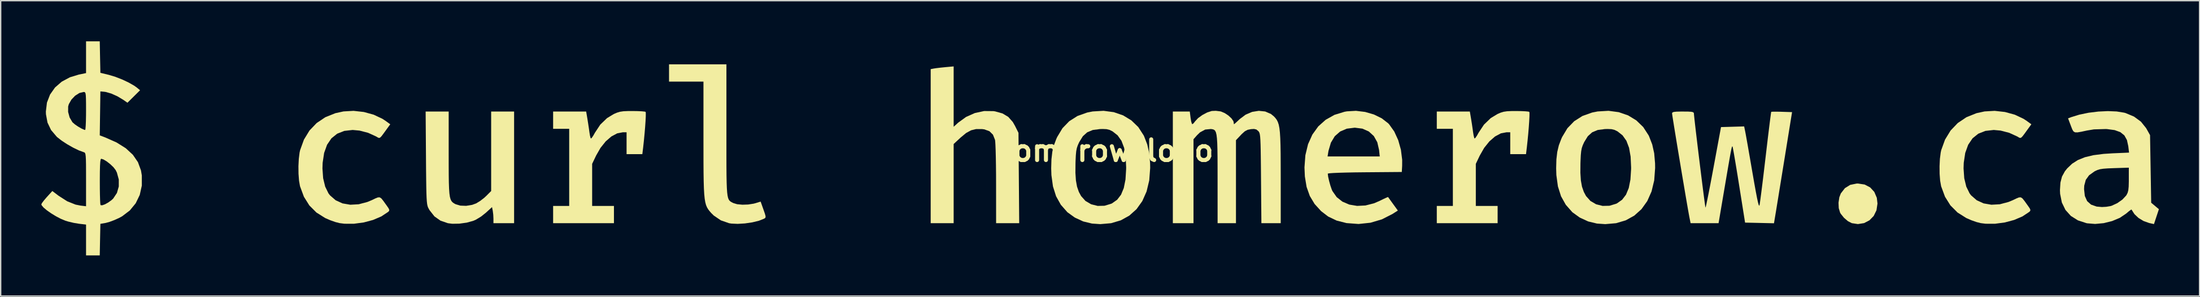
<source format=kicad_pcb>
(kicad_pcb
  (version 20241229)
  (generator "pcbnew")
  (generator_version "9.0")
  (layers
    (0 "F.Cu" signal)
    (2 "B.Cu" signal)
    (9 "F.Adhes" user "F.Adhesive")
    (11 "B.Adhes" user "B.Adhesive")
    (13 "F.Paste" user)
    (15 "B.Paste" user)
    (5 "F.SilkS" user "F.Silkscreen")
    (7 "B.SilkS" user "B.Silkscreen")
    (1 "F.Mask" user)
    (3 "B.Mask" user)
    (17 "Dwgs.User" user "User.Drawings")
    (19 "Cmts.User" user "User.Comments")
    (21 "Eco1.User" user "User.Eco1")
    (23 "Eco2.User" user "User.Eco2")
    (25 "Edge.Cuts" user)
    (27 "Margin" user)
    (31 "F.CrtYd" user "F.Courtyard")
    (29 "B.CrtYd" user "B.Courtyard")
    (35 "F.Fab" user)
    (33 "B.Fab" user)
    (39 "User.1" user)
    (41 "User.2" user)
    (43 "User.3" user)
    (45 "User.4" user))
  (footprint "homerow logo"
    (layer "F.Cu")
    (at 78.397 8.07)
    (property "Reference" "homerow logo" (at 0 0 0) (layer "F.SilkS") (effects (font (size 1.524 1.524) (thickness 0.3))))
    (attr board_only exclude_from_pos_files exclude_from_bom)
    (fp_poly (pts (xy 56.119 2.499) (xy 56.526 2.711) (xy 56.831 3.044) (xy 57.016 3.479) (xy 57.065 3.902) (xy 56.991 4.399) (xy 56.786 4.818) (xy 56.473 5.139) (xy 56.077 5.345) (xy 55.621 5.417) (xy 55.169 5.349) (xy 54.883 5.201) (xy 54.592 4.951) (xy 54.354 4.654) (xy 54.306 4.57) (xy 54.208 4.241) (xy 54.191 3.838) (xy 54.251 3.436) (xy 54.361 3.153) (xy 54.662 2.766) (xy 55.051 2.524) (xy 55.529 2.426) (xy 55.626 2.424)) (stroke (width 0) (type solid)) (fill yes) (layer "F.SilkS"))
    (fp_poly (pts (xy -11.091 -1.764) (xy -10.756 -2.068) (xy -10.176 -2.489) (xy -9.527 -2.778) (xy -8.843 -2.925) (xy -8.157 -2.919) (xy -8.027 -2.899) (xy -7.484 -2.747) (xy -7.061 -2.493) (xy -6.727 -2.115) (xy -6.562 -1.826) (xy -6.308 -1.317) (xy -6.255 5.352) (xy -7.959 5.352) (xy -7.961 2.442) (xy -7.963 1.74) (xy -7.97 1.08) (xy -7.98 0.483) (xy -7.993 -0.027) (xy -8.009 -0.429) (xy -8.026 -0.699) (xy -8.039 -0.799) (xy -8.192 -1.181) (xy -8.449 -1.435) (xy -8.823 -1.572) (xy -9.002 -1.595) (xy -9.434 -1.595) (xy -9.808 -1.504) (xy -10.172 -1.304) (xy -10.571 -0.974) (xy -10.587 -0.96) (xy -11.091 -0.491) (xy -11.091 5.352) (xy -12.785 5.352) (xy -12.785 -6.018) (xy -12.552 -6.063) (xy -12.35 -6.093) (xy -12.046 -6.129) (xy -11.705 -6.163) (xy -11.091 -6.219)) (stroke (width 0) (type solid)) (fill yes) (layer "F.SilkS"))
    (fp_poly (pts (xy -34.404 -2.92) (xy -34.092 -2.905) (xy -33.883 -2.884) (xy -33.815 -2.864) (xy -33.802 -2.763) (xy -33.805 -2.522) (xy -33.823 -2.171) (xy -33.853 -1.74) (xy -33.894 -1.257) (xy -33.942 -0.752) (xy -33.996 -0.255) (xy -34.009 -0.149) (xy -34.058 0.255) (xy -35.221 0.255) (xy -35.221 -1.359) (xy -35.491 -1.359) (xy -35.915 -1.278) (xy -36.346 -1.047) (xy -36.763 -0.684) (xy -37.145 -0.206) (xy -37.47 0.362) (xy -37.761 0.972) (xy -37.761 4.078) (xy -36.153 4.078) (xy -36.153 5.352) (xy -40.64 5.352) (xy -40.64 4.078) (xy -39.455 4.078) (xy -39.455 -1.614) (xy -40.64 -1.614) (xy -40.64 -2.888) (xy -38.202 -2.888) (xy -38.112 -2.357) (xy -38.052 -1.98) (xy -37.993 -1.587) (xy -37.965 -1.379) (xy -37.924 -1.121) (xy -37.879 -0.944) (xy -37.853 -0.896) (xy -37.789 -0.947) (xy -37.676 -1.113) (xy -37.557 -1.324) (xy -37.16 -1.924) (xy -36.663 -2.402) (xy -36.166 -2.704) (xy -35.926 -2.807) (xy -35.707 -2.872) (xy -35.457 -2.909) (xy -35.128 -2.924) (xy -34.781 -2.926)) (stroke (width 0) (type solid)) (fill yes) (layer "F.SilkS"))
    (fp_poly (pts (xy 30.789 -2.92) (xy 31.101 -2.905) (xy 31.311 -2.884) (xy 31.379 -2.864) (xy 31.392 -2.763) (xy 31.388 -2.522) (xy 31.37 -2.171) (xy 31.34 -1.74) (xy 31.3 -1.257) (xy 31.251 -0.752) (xy 31.197 -0.255) (xy 31.184 -0.149) (xy 31.136 0.255) (xy 29.972 0.255) (xy 29.972 -1.359) (xy 29.702 -1.359) (xy 29.278 -1.278) (xy 28.848 -1.047) (xy 28.431 -0.684) (xy 28.048 -0.206) (xy 27.723 0.362) (xy 27.432 0.972) (xy 27.432 4.078) (xy 29.041 4.078) (xy 29.041 5.352) (xy 24.553 5.352) (xy 24.553 4.078) (xy 25.739 4.078) (xy 25.739 -1.614) (xy 24.553 -1.614) (xy 24.553 -2.888) (xy 26.991 -2.888) (xy 27.081 -2.357) (xy 27.142 -1.98) (xy 27.2 -1.587) (xy 27.228 -1.379) (xy 27.27 -1.121) (xy 27.315 -0.944) (xy 27.34 -0.896) (xy 27.404 -0.947) (xy 27.517 -1.113) (xy 27.636 -1.324) (xy 28.034 -1.924) (xy 28.53 -2.402) (xy 29.028 -2.704) (xy 29.267 -2.807) (xy 29.486 -2.872) (xy 29.736 -2.909) (xy 30.065 -2.924) (xy 30.413 -2.926)) (stroke (width 0) (type solid)) (fill yes) (layer "F.SilkS"))
    (fp_poly (pts (xy -48.345 0.217) (xy -48.344 1.076) (xy -48.341 1.781) (xy -48.333 2.35) (xy -48.317 2.799) (xy -48.292 3.143) (xy -48.256 3.401) (xy -48.205 3.588) (xy -48.139 3.72) (xy -48.054 3.815) (xy -47.948 3.889) (xy -47.839 3.949) (xy -47.486 4.055) (xy -47.056 4.071) (xy -46.615 3.999) (xy -46.32 3.891) (xy -46.036 3.719) (xy -45.73 3.484) (xy -45.574 3.341) (xy -45.212 2.978) (xy -45.212 -2.888) (xy -43.519 -2.888) (xy -43.519 5.352) (xy -45.043 5.352) (xy -45.043 5.023) (xy -45.057 4.724) (xy -45.092 4.445) (xy -45.095 4.429) (xy -45.148 4.165) (xy -45.604 4.582) (xy -45.957 4.862) (xy -46.334 5.09) (xy -46.52 5.173) (xy -47.01 5.31) (xy -47.553 5.385) (xy -48.076 5.394) (xy -48.402 5.353) (xy -48.95 5.165) (xy -49.396 4.85) (xy -49.755 4.394) (xy -49.838 4.247) (xy -49.878 4.162) (xy -49.91 4.059) (xy -49.937 3.92) (xy -49.958 3.729) (xy -49.975 3.47) (xy -49.988 3.125) (xy -49.998 2.679) (xy -50.006 2.113) (xy -50.014 1.411) (xy -50.02 0.556) (xy -50.02 0.531) (xy -50.045 -2.888) (xy -48.345 -2.888)) (stroke (width 0) (type solid)) (fill yes) (layer "F.SilkS"))
    (fp_poly (pts (xy -27.855 -1.506) (xy -27.855 -0.448) (xy -27.855 0.454) (xy -27.853 1.212) (xy -27.848 1.839) (xy -27.838 2.35) (xy -27.823 2.757) (xy -27.801 3.073) (xy -27.771 3.312) (xy -27.732 3.487) (xy -27.682 3.611) (xy -27.62 3.697) (xy -27.545 3.76) (xy -27.456 3.81) (xy -27.351 3.863) (xy -27.346 3.866) (xy -27.063 3.951) (xy -26.677 3.987) (xy -26.249 3.973) (xy -25.838 3.908) (xy -25.717 3.876) (xy -25.33 3.759) (xy -25.122 4.346) (xy -25.017 4.648) (xy -24.967 4.83) (xy -24.971 4.931) (xy -25.024 4.99) (xy -25.077 5.02) (xy -25.457 5.171) (xy -25.947 5.29) (xy -26.489 5.369) (xy -27.025 5.401) (xy -27.497 5.379) (xy -27.657 5.353) (xy -28.265 5.142) (xy -28.788 4.787) (xy -28.978 4.599) (xy -29.1 4.46) (xy -29.202 4.326) (xy -29.288 4.181) (xy -29.359 4.011) (xy -29.415 3.801) (xy -29.459 3.537) (xy -29.492 3.203) (xy -29.516 2.785) (xy -29.532 2.268) (xy -29.542 1.637) (xy -29.547 0.878) (xy -29.548 -0.024) (xy -29.549 -0.865) (xy -29.549 -5.097) (xy -32.089 -5.097) (xy -32.089 -6.371) (xy -27.855 -6.371)) (stroke (width 0) (type solid)) (fill yes) (layer "F.SilkS"))
    (fp_poly (pts (xy -54.603 -2.855) (xy -53.879 -2.656) (xy -53.234 -2.352) (xy -53.007 -2.203) (xy -52.656 -1.948) (xy -52.916 -1.59) (xy -53.146 -1.273) (xy -53.298 -1.071) (xy -53.401 -0.966) (xy -53.482 -0.938) (xy -53.568 -0.97) (xy -53.687 -1.042) (xy -53.703 -1.051) (xy -54.286 -1.317) (xy -54.923 -1.483) (xy -55.43 -1.529) (xy -56.05 -1.459) (xy -56.573 -1.252) (xy -56.997 -0.91) (xy -57.318 -0.436) (xy -57.534 0.166) (xy -57.644 0.894) (xy -57.658 1.308) (xy -57.607 2.033) (xy -57.457 2.652) (xy -57.214 3.149) (xy -57.101 3.298) (xy -56.686 3.658) (xy -56.18 3.89) (xy -55.605 3.989) (xy -54.983 3.955) (xy -54.335 3.783) (xy -54.037 3.659) (xy -53.755 3.524) (xy -53.566 3.448) (xy -53.431 3.445) (xy -53.309 3.528) (xy -53.161 3.712) (xy -52.948 4.01) (xy -52.922 4.045) (xy -52.777 4.256) (xy -52.725 4.38) (xy -52.755 4.464) (xy -52.813 4.519) (xy -53.311 4.85) (xy -53.924 5.112) (xy -54.611 5.296) (xy -55.329 5.392) (xy -56.034 5.391) (xy -56.388 5.347) (xy -56.702 5.267) (xy -57.083 5.133) (xy -57.451 4.973) (xy -57.461 4.968) (xy -58.104 4.563) (xy -58.625 4.041) (xy -59.027 3.399) (xy -59.309 2.636) (xy -59.316 2.612) (xy -59.386 2.211) (xy -59.424 1.703) (xy -59.43 1.149) (xy -59.403 0.607) (xy -59.345 0.138) (xy -59.306 -0.039) (xy -59.024 -0.817) (xy -58.615 -1.487) (xy -58.086 -2.04) (xy -57.446 -2.469) (xy -56.704 -2.767) (xy -56.106 -2.897) (xy -55.361 -2.939)) (stroke (width 0) (type solid)) (fill yes) (layer "F.SilkS"))
    (fp_poly (pts (xy 66.47 -2.855) (xy 67.195 -2.656) (xy 67.84 -2.352) (xy 68.066 -2.203) (xy 68.417 -1.948) (xy 68.157 -1.59) (xy 67.928 -1.273) (xy 67.775 -1.071) (xy 67.672 -0.966) (xy 67.591 -0.938) (xy 67.505 -0.97) (xy 67.386 -1.042) (xy 67.37 -1.051) (xy 66.787 -1.317) (xy 66.15 -1.483) (xy 65.643 -1.529) (xy 65.023 -1.459) (xy 64.5 -1.252) (xy 64.077 -0.91) (xy 63.756 -0.436) (xy 63.539 0.166) (xy 63.429 0.894) (xy 63.415 1.308) (xy 63.466 2.033) (xy 63.616 2.652) (xy 63.86 3.149) (xy 63.972 3.298) (xy 64.387 3.658) (xy 64.893 3.89) (xy 65.468 3.989) (xy 66.09 3.955) (xy 66.738 3.783) (xy 67.037 3.659) (xy 67.319 3.524) (xy 67.507 3.448) (xy 67.643 3.445) (xy 67.764 3.528) (xy 67.912 3.712) (xy 68.126 4.01) (xy 68.151 4.045) (xy 68.297 4.256) (xy 68.349 4.38) (xy 68.318 4.464) (xy 68.26 4.519) (xy 67.763 4.85) (xy 67.149 5.112) (xy 66.462 5.296) (xy 65.745 5.392) (xy 65.04 5.391) (xy 64.685 5.347) (xy 64.371 5.267) (xy 63.99 5.133) (xy 63.623 4.973) (xy 63.612 4.968) (xy 62.97 4.563) (xy 62.448 4.041) (xy 62.046 3.399) (xy 61.764 2.636) (xy 61.758 2.612) (xy 61.687 2.211) (xy 61.649 1.703) (xy 61.644 1.149) (xy 61.67 0.607) (xy 61.729 0.138) (xy 61.767 -0.039) (xy 62.049 -0.817) (xy 62.459 -1.487) (xy 62.987 -2.04) (xy 63.627 -2.469) (xy 64.369 -2.767) (xy 64.967 -2.897) (xy 65.712 -2.939)) (stroke (width 0) (type solid)) (fill yes) (layer "F.SilkS"))
    (fp_poly (pts (xy 0.725 -2.842) (xy 1.414 -2.604) (xy 2.02 -2.235) (xy 2.53 -1.742) (xy 2.925 -1.133) (xy 2.96 -1.062) (xy 3.193 -0.459) (xy 3.338 0.19) (xy 3.403 0.932) (xy 3.408 1.277) (xy 3.339 2.192) (xy 3.143 3.009) (xy 2.828 3.719) (xy 2.401 4.316) (xy 1.869 4.792) (xy 1.242 5.14) (xy 0.525 5.352) (xy -0.272 5.421) (xy -0.889 5.378) (xy -1.533 5.222) (xy -2.154 4.935) (xy -2.688 4.55) (xy -2.71 4.53) (xy -3.184 3.991) (xy -3.534 3.365) (xy -3.764 2.638) (xy -3.879 1.8) (xy -3.884 1.633) (xy -2.108 1.633) (xy -2.071 2.196) (xy -1.988 2.656) (xy -1.853 3.045) (xy -1.688 3.35) (xy -1.366 3.71) (xy -0.947 3.955) (xy -0.467 4.076) (xy 0.04 4.065) (xy 0.538 3.914) (xy 0.595 3.886) (xy 0.971 3.622) (xy 1.258 3.249) (xy 1.461 2.756) (xy 1.586 2.133) (xy 1.634 1.367) (xy 1.636 1.232) (xy 1.599 0.44) (xy 1.485 -0.211) (xy 1.288 -0.731) (xy 1.004 -1.133) (xy 0.632 -1.425) (xy 0.414 -1.533) (xy 0.191 -1.588) (xy -0.099 -1.601) (xy -0.304 -1.595) (xy -0.829 -1.526) (xy -1.236 -1.357) (xy -1.558 -1.067) (xy -1.825 -0.636) (xy -1.831 -0.624) (xy -1.933 -0.399) (xy -2.003 -0.192) (xy -2.049 0.042) (xy -2.077 0.344) (xy -2.097 0.759) (xy -2.102 0.935) (xy -2.108 1.633) (xy -3.884 1.633) (xy -3.895 1.303) (xy -3.876 0.64) (xy -3.813 0.091) (xy -3.695 -0.397) (xy -3.513 -0.878) (xy -3.45 -1.014) (xy -3.062 -1.659) (xy -2.564 -2.174) (xy -1.956 -2.56) (xy -1.24 -2.815) (xy -0.835 -2.895) (xy -0.03 -2.942)) (stroke (width 0) (type solid)) (fill yes) (layer "F.SilkS"))
    (fp_poly (pts (xy 37.978 -2.842) (xy 38.667 -2.604) (xy 39.274 -2.235) (xy 39.783 -1.742) (xy 40.179 -1.133) (xy 40.213 -1.062) (xy 40.447 -0.459) (xy 40.592 0.19) (xy 40.656 0.932) (xy 40.661 1.277) (xy 40.593 2.192) (xy 40.397 3.009) (xy 40.081 3.719) (xy 39.654 4.316) (xy 39.123 4.792) (xy 38.495 5.14) (xy 37.779 5.352) (xy 36.981 5.421) (xy 36.364 5.378) (xy 35.72 5.222) (xy 35.099 4.935) (xy 34.565 4.55) (xy 34.543 4.53) (xy 34.069 3.991) (xy 33.719 3.365) (xy 33.489 2.638) (xy 33.374 1.8) (xy 33.369 1.633) (xy 35.146 1.633) (xy 35.182 2.196) (xy 35.265 2.656) (xy 35.401 3.045) (xy 35.565 3.35) (xy 35.887 3.71) (xy 36.306 3.955) (xy 36.786 4.076) (xy 37.293 4.065) (xy 37.791 3.914) (xy 37.849 3.886) (xy 38.224 3.622) (xy 38.511 3.249) (xy 38.715 2.756) (xy 38.839 2.133) (xy 38.888 1.367) (xy 38.889 1.232) (xy 38.853 0.44) (xy 38.738 -0.211) (xy 38.541 -0.731) (xy 38.257 -1.133) (xy 37.886 -1.425) (xy 37.667 -1.533) (xy 37.445 -1.588) (xy 37.154 -1.601) (xy 36.949 -1.595) (xy 36.424 -1.526) (xy 36.017 -1.357) (xy 35.695 -1.067) (xy 35.429 -0.636) (xy 35.423 -0.624) (xy 35.321 -0.399) (xy 35.25 -0.192) (xy 35.205 0.042) (xy 35.176 0.344) (xy 35.157 0.759) (xy 35.151 0.935) (xy 35.146 1.633) (xy 33.369 1.633) (xy 33.359 1.303) (xy 33.377 0.64) (xy 33.441 0.091) (xy 33.558 -0.397) (xy 33.741 -0.878) (xy 33.803 -1.014) (xy 34.191 -1.659) (xy 34.69 -2.174) (xy 35.297 -2.56) (xy 36.013 -2.815) (xy 36.418 -2.895) (xy 37.223 -2.942)) (stroke (width 0) (type solid)) (fill yes) (layer "F.SilkS"))
    (fp_poly (pts (xy 19.266 -2.859) (xy 19.914 -2.671) (xy 20.493 -2.387) (xy 20.965 -2.021) (xy 21.04 -1.942) (xy 21.414 -1.417) (xy 21.707 -0.778) (xy 21.906 -0.068) (xy 21.999 0.67) (xy 21.997 1.115) (xy 21.971 1.572) (xy 19.241 1.594) (xy 18.503 1.602) (xy 17.861 1.615) (xy 17.326 1.63) (xy 16.914 1.648) (xy 16.639 1.668) (xy 16.516 1.69) (xy 16.51 1.696) (xy 16.537 1.918) (xy 16.607 2.231) (xy 16.701 2.568) (xy 16.801 2.86) (xy 16.854 2.981) (xy 17.168 3.428) (xy 17.592 3.762) (xy 18.101 3.979) (xy 18.674 4.075) (xy 19.289 4.044) (xy 19.923 3.883) (xy 20.323 3.711) (xy 20.609 3.571) (xy 20.83 3.469) (xy 20.947 3.421) (xy 20.957 3.421) (xy 21.01 3.494) (xy 21.136 3.668) (xy 21.309 3.907) (xy 21.325 3.929) (xy 21.68 4.418) (xy 21.279 4.673) (xy 20.501 5.069) (xy 19.66 5.317) (xy 18.782 5.41) (xy 17.894 5.344) (xy 17.894 5.344) (xy 17.162 5.158) (xy 16.536 4.858) (xy 16.016 4.459) (xy 15.537 3.931) (xy 15.184 3.343) (xy 14.947 2.674) (xy 14.82 1.902) (xy 14.791 1.232) (xy 14.851 0.425) (xy 16.495 0.425) (xy 20.344 0.425) (xy 20.294 -0.054) (xy 20.164 -0.62) (xy 19.909 -1.077) (xy 19.539 -1.416) (xy 19.067 -1.626) (xy 18.503 -1.697) (xy 17.913 -1.624) (xy 17.419 -1.412) (xy 17.026 -1.066) (xy 16.74 -0.59) (xy 16.563 0.012) (xy 16.554 0.064) (xy 16.495 0.425) (xy 14.851 0.425) (xy 14.858 0.333) (xy 15.054 -0.477) (xy 15.374 -1.189) (xy 15.81 -1.793) (xy 16.356 -2.281) (xy 17.004 -2.644) (xy 17.748 -2.872) (xy 17.923 -2.903) (xy 18.589 -2.941)) (stroke (width 0) (type solid)) (fill yes) (layer "F.SilkS"))
    (fp_poly (pts (xy 8.577 -2.902) (xy 8.643 -2.887) (xy 8.912 -2.772) (xy 9.181 -2.592) (xy 9.406 -2.383) (xy 9.544 -2.183) (xy 9.567 -2.09) (xy 9.581 -1.971) (xy 9.595 -1.954) (xy 9.665 -2.008) (xy 9.821 -2.149) (xy 10.016 -2.333) (xy 10.451 -2.659) (xy 10.93 -2.863) (xy 11.421 -2.941) (xy 11.893 -2.892) (xy 12.312 -2.712) (xy 12.528 -2.538) (xy 12.647 -2.41) (xy 12.747 -2.274) (xy 12.827 -2.116) (xy 12.892 -1.918) (xy 12.942 -1.664) (xy 12.979 -1.339) (xy 13.005 -0.925) (xy 13.023 -0.407) (xy 13.033 0.231) (xy 13.037 1.007) (xy 13.039 1.935) (xy 13.039 1.969) (xy 13.039 5.352) (xy 11.613 5.352) (xy 11.585 2.048) (xy 11.578 1.21) (xy 11.57 0.526) (xy 11.562 -0.022) (xy 11.552 -0.45) (xy 11.539 -0.774) (xy 11.523 -1.012) (xy 11.502 -1.179) (xy 11.476 -1.293) (xy 11.443 -1.371) (xy 11.402 -1.428) (xy 11.388 -1.444) (xy 11.246 -1.562) (xy 11.071 -1.603) (xy 10.841 -1.589) (xy 10.594 -1.539) (xy 10.389 -1.43) (xy 10.164 -1.227) (xy 10.1 -1.16) (xy 9.737 -0.774) (xy 9.737 5.352) (xy 8.382 5.352) (xy 8.381 2.103) (xy 8.38 1.22) (xy 8.377 0.492) (xy 8.369 -0.096) (xy 8.356 -0.56) (xy 8.333 -0.915) (xy 8.301 -1.175) (xy 8.256 -1.357) (xy 8.196 -1.475) (xy 8.12 -1.544) (xy 8.025 -1.579) (xy 7.91 -1.596) (xy 7.883 -1.599) (xy 7.468 -1.559) (xy 7.087 -1.354) (xy 6.858 -1.133) (xy 6.604 -0.844) (xy 6.604 5.352) (xy 5.08 5.352) (xy 5.08 -2.888) (xy 6.33 -2.888) (xy 6.389 -2.421) (xy 6.432 -2.166) (xy 6.482 -1.996) (xy 6.516 -1.954) (xy 6.606 -2.018) (xy 6.726 -2.171) (xy 6.727 -2.172) (xy 6.942 -2.403) (xy 7.259 -2.632) (xy 7.614 -2.821) (xy 7.944 -2.928) (xy 7.956 -2.93) (xy 8.252 -2.942)) (stroke (width 0) (type solid)) (fill yes) (layer "F.SilkS"))
    (fp_poly (pts (xy 74.711 -2.894) (xy 75.259 -2.806) (xy 75.364 -2.778) (xy 75.991 -2.515) (xy 76.501 -2.142) (xy 76.881 -1.668) (xy 76.913 -1.614) (xy 77.174 -1.147) (xy 77.216 1.347) (xy 77.258 3.842) (xy 77.543 4.08) (xy 77.827 4.318) (xy 77.645 4.868) (xy 77.463 5.417) (xy 77.107 5.338) (xy 76.699 5.193) (xy 76.321 4.965) (xy 76.032 4.692) (xy 75.974 4.609) (xy 75.867 4.439) (xy 75.807 4.345) (xy 75.806 4.343) (xy 75.737 4.377) (xy 75.579 4.498) (xy 75.409 4.643) (xy 74.95 4.953) (xy 74.383 5.192) (xy 73.757 5.348) (xy 73.123 5.407) (xy 72.529 5.359) (xy 72.486 5.35) (xy 71.848 5.141) (xy 71.328 4.812) (xy 70.932 4.371) (xy 70.667 3.826) (xy 70.539 3.185) (xy 70.527 2.904) (xy 70.532 2.837) (xy 72.306 2.837) (xy 72.362 3.342) (xy 72.532 3.722) (xy 72.822 3.981) (xy 73.234 4.125) (xy 73.626 4.159) (xy 73.946 4.141) (xy 74.249 4.091) (xy 74.346 4.063) (xy 74.765 3.868) (xy 75.14 3.603) (xy 75.412 3.31) (xy 75.438 3.27) (xy 75.519 3.11) (xy 75.57 2.919) (xy 75.597 2.655) (xy 75.607 2.276) (xy 75.607 2.125) (xy 75.607 1.254) (xy 74.528 1.288) (xy 74.063 1.306) (xy 73.728 1.331) (xy 73.485 1.368) (xy 73.295 1.424) (xy 73.119 1.506) (xy 73.071 1.532) (xy 72.677 1.814) (xy 72.433 2.153) (xy 72.319 2.58) (xy 72.306 2.837) (xy 70.532 2.837) (xy 70.562 2.354) (xy 70.677 1.911) (xy 70.889 1.524) (xy 71.061 1.308) (xy 71.424 0.962) (xy 71.854 0.689) (xy 72.371 0.482) (xy 72.995 0.333) (xy 73.748 0.237) (xy 74.409 0.195) (xy 75.624 0.143) (xy 75.568 -0.332) (xy 75.468 -0.787) (xy 75.278 -1.128) (xy 74.982 -1.368) (xy 74.562 -1.519) (xy 74.004 -1.593) (xy 73.915 -1.598) (xy 73.029 -1.572) (xy 72.512 -1.486) (xy 72.1 -1.397) (xy 71.821 -1.35) (xy 71.64 -1.354) (xy 71.524 -1.422) (xy 71.439 -1.563) (xy 71.351 -1.787) (xy 71.327 -1.851) (xy 71.125 -2.385) (xy 71.356 -2.473) (xy 71.959 -2.66) (xy 72.642 -2.8) (xy 73.358 -2.887) (xy 74.062 -2.92)) (stroke (width 0) (type solid)) (fill yes) (layer "F.SilkS"))
    (fp_poly (pts (xy 43.091 -2.885) (xy 43.329 -2.871) (xy 43.46 -2.841) (xy 43.514 -2.789) (xy 43.522 -2.74) (xy 43.534 -2.6) (xy 43.563 -2.32) (xy 43.608 -1.923) (xy 43.665 -1.428) (xy 43.733 -0.859) (xy 43.807 -0.237) (xy 43.887 0.418) (xy 43.969 1.082) (xy 44.05 1.734) (xy 44.127 2.353) (xy 44.199 2.918) (xy 44.262 3.406) (xy 44.314 3.795) (xy 44.352 4.065) (xy 44.373 4.194) (xy 44.376 4.201) (xy 44.4 4.13) (xy 44.45 3.91) (xy 44.523 3.559) (xy 44.616 3.097) (xy 44.724 2.541) (xy 44.844 1.909) (xy 44.968 1.249) (xy 45.521 -1.741) (xy 46.375 -1.766) (xy 47.229 -1.79) (xy 47.312 -1.383) (xy 47.347 -1.199) (xy 47.406 -0.871) (xy 47.486 -0.425) (xy 47.58 0.116) (xy 47.687 0.727) (xy 47.8 1.384) (xy 47.847 1.654) (xy 47.979 2.415) (xy 48.088 3.018) (xy 48.176 3.474) (xy 48.245 3.794) (xy 48.297 3.987) (xy 48.335 4.063) (xy 48.361 4.034) (xy 48.361 4.032) (xy 48.385 3.893) (xy 48.425 3.606) (xy 48.48 3.189) (xy 48.547 2.664) (xy 48.623 2.049) (xy 48.705 1.365) (xy 48.792 0.632) (xy 48.811 0.471) (xy 48.897 -0.259) (xy 48.977 -0.934) (xy 49.051 -1.538) (xy 49.114 -2.05) (xy 49.166 -2.453) (xy 49.203 -2.729) (xy 49.223 -2.859) (xy 49.226 -2.866) (xy 49.317 -2.876) (xy 49.538 -2.879) (xy 49.849 -2.875) (xy 50.009 -2.87) (xy 50.763 -2.846) (xy 50.193 0.68) (xy 50.067 1.457) (xy 49.946 2.204) (xy 49.833 2.897) (xy 49.733 3.517) (xy 49.647 4.041) (xy 49.581 4.448) (xy 49.536 4.717) (xy 49.526 4.781) (xy 49.429 5.357) (xy 47.297 5.309) (xy 46.853 2.519) (xy 46.746 1.851) (xy 46.646 1.239) (xy 46.556 0.701) (xy 46.48 0.258) (xy 46.421 -0.07) (xy 46.383 -0.264) (xy 46.371 -0.31) (xy 46.355 -0.318) (xy 46.337 -0.298) (xy 46.315 -0.236) (xy 46.286 -0.114) (xy 46.246 0.082) (xy 46.193 0.368) (xy 46.124 0.759) (xy 46.035 1.271) (xy 45.924 1.921) (xy 45.792 2.697) (xy 45.341 5.352) (xy 43.277 5.352) (xy 43.188 4.906) (xy 43.147 4.685) (xy 43.085 4.334) (xy 43.005 3.872) (xy 42.91 3.321) (xy 42.805 2.7) (xy 42.692 2.032) (xy 42.575 1.336) (xy 42.458 0.633) (xy 42.343 -0.055) (xy 42.235 -0.709) (xy 42.137 -1.308) (xy 42.052 -1.83) (xy 41.984 -2.255) (xy 41.936 -2.562) (xy 41.912 -2.731) (xy 41.91 -2.756) (xy 41.935 -2.818) (xy 42.031 -2.858) (xy 42.226 -2.88) (xy 42.551 -2.888) (xy 42.714 -2.888)) (stroke (width 0) (type solid)) (fill yes) (layer "F.SilkS"))
    (fp_poly (pts (xy -74.065 -6.908) (xy -74.041 -5.746) (xy -73.406 -5.592) (xy -72.937 -5.45) (xy -72.434 -5.254) (xy -71.953 -5.028) (xy -71.547 -4.796) (xy -71.349 -4.654) (xy -71.113 -4.46) (xy -71.578 -4) (xy -72.043 -3.539) (xy -72.365 -3.762) (xy -72.79 -4.016) (xy -73.233 -4.214) (xy -73.635 -4.331) (xy -73.745 -4.347) (xy -74.041 -4.375) (xy -74.064 -2.752) (xy -74.087 -1.129) (xy -73.683 -0.977) (xy -72.846 -0.605) (xy -72.167 -0.18) (xy -71.643 0.304) (xy -71.27 0.848) (xy -71.046 1.457) (xy -70.984 1.828) (xy -70.983 2.575) (xy -71.136 3.263) (xy -71.434 3.88) (xy -71.869 4.411) (xy -72.435 4.841) (xy -72.67 4.969) (xy -73.018 5.125) (xy -73.366 5.255) (xy -73.642 5.331) (xy -73.66 5.334) (xy -74.041 5.399) (xy -74.065 6.565) (xy -74.088 7.73) (xy -75.099 7.73) (xy -75.099 5.453) (xy -75.624 5.392) (xy -76.009 5.328) (xy -76.417 5.231) (xy -76.619 5.169) (xy -76.957 5.029) (xy -77.319 4.84) (xy -77.674 4.623) (xy -77.989 4.402) (xy -78.234 4.196) (xy -78.375 4.028) (xy -78.397 3.957) (xy -78.342 3.852) (xy -78.2 3.665) (xy -78.001 3.433) (xy -77.99 3.421) (xy -77.587 2.977) (xy -77.126 3.326) (xy -76.491 3.734) (xy -75.873 3.98) (xy -75.501 4.053) (xy -75.099 4.101) (xy -75.099 2.279) (xy -74.083 2.279) (xy -74.081 2.798) (xy -74.074 3.257) (xy -74.063 3.63) (xy -74.049 3.891) (xy -74.033 4.013) (xy -74.03 4.018) (xy -73.909 4.031) (xy -73.704 3.959) (xy -73.46 3.824) (xy -73.223 3.652) (xy -73.094 3.531) (xy -72.821 3.121) (xy -72.683 2.641) (xy -72.683 2.127) (xy -72.823 1.618) (xy -72.914 1.433) (xy -73.073 1.225) (xy -73.306 1.001) (xy -73.568 0.796) (xy -73.812 0.649) (xy -73.985 0.595) (xy -74.021 0.648) (xy -74.049 0.817) (xy -74.068 1.115) (xy -74.079 1.554) (xy -74.083 2.148) (xy -74.083 2.279) (xy -75.099 2.279) (xy -75.099 2.128) (xy -75.1 1.5) (xy -75.102 1.021) (xy -75.109 0.67) (xy -75.122 0.426) (xy -75.142 0.27) (xy -75.171 0.179) (xy -75.212 0.132) (xy -75.266 0.11) (xy -75.277 0.107) (xy -75.625 -0.019) (xy -76.049 -0.224) (xy -76.493 -0.476) (xy -76.904 -0.744) (xy -77.227 -0.998) (xy -77.26 -1.028) (xy -77.681 -1.525) (xy -77.943 -2.073) (xy -78.057 -2.692) (xy -78.062 -2.861) (xy -76.422 -2.861) (xy -76.31 -2.449) (xy -76.106 -2.105) (xy -76.091 -2.088) (xy -75.923 -1.942) (xy -75.687 -1.779) (xy -75.44 -1.636) (xy -75.237 -1.545) (xy -75.164 -1.529) (xy -75.143 -1.609) (xy -75.124 -1.832) (xy -75.11 -2.168) (xy -75.101 -2.59) (xy -75.099 -2.931) (xy -75.1 -3.448) (xy -75.105 -3.819) (xy -75.116 -4.069) (xy -75.137 -4.221) (xy -75.171 -4.299) (xy -75.22 -4.328) (xy -75.273 -4.332) (xy -75.589 -4.257) (xy -75.905 -4.056) (xy -76.179 -3.768) (xy -76.369 -3.434) (xy -76.419 -3.26) (xy -76.422 -2.861) (xy -78.062 -2.861) (xy -78.063 -2.891) (xy -77.984 -3.548) (xy -77.754 -4.143) (xy -77.388 -4.662) (xy -76.895 -5.091) (xy -76.289 -5.417) (xy -75.629 -5.617) (xy -75.099 -5.726) (xy -75.099 -8.07) (xy -74.088 -8.07)) (stroke (width 0) (type solid)) (fill yes) (layer "F.SilkS")))
  (gr_rect
    (start -3 -3)
    (end 159.225 18.801)
    (stroke (width 0.1) (type default))
    (fill no)
    (layer "Edge.Cuts")))
</source>
